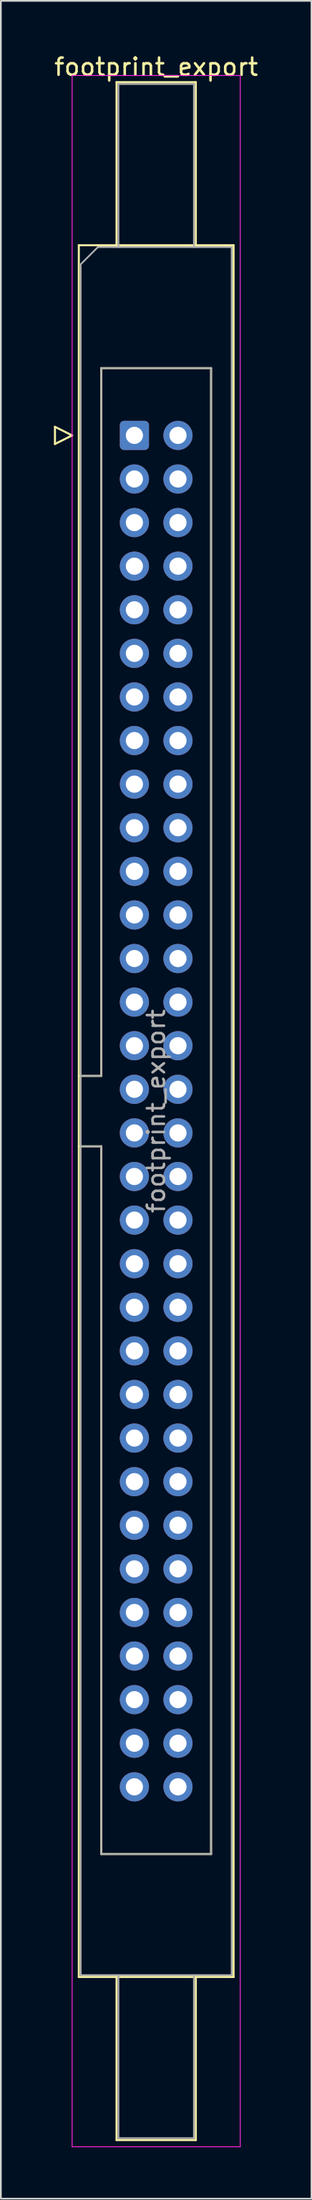
<source format=kicad_pcb>
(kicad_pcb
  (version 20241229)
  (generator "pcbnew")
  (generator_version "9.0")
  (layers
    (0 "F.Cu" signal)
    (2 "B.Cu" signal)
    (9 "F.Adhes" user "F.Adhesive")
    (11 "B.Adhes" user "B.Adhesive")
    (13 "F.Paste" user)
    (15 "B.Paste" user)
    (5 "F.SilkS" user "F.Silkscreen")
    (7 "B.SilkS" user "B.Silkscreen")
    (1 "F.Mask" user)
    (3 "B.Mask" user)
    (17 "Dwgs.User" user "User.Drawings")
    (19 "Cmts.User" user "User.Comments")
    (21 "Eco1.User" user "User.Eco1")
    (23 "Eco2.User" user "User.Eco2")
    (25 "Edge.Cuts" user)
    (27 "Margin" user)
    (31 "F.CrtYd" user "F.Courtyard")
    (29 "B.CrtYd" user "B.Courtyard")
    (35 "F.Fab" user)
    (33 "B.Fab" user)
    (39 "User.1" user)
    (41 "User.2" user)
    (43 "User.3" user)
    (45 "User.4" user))
  (footprint "footprint_export"
    (layer "F.Cu")
    (at 4.784 22.318)
    (property "Reference" "footprint_export" (at 1.27 -21.47 0) (layer "F.SilkS") (effects (font (size 1 1) (thickness 0.15))))
    (attr through_hole)
    (fp_line (start -4.63 -0.5) (end -4.63 0.5) (stroke (width 0.12) (type solid)) (layer "F.SilkS"))
    (fp_line (start -4.63 0.5) (end -3.63 0) (stroke (width 0.12) (type solid)) (layer "F.SilkS"))
    (fp_line (start -3.63 0) (end -4.63 -0.5) (stroke (width 0.12) (type solid)) (layer "F.SilkS"))
    (fp_line (start -3.24 -11.08) (end 5.78 -11.08) (stroke (width 0.12) (type solid)) (layer "F.SilkS"))
    (fp_line (start -3.24 37.32) (end -1.93 37.32) (stroke (width 0.12) (type solid)) (layer "F.SilkS"))
    (fp_line (start -3.24 89.82) (end -3.24 -11.08) (stroke (width 0.12) (type solid)) (layer "F.SilkS"))
    (fp_line (start -1.93 -3.92) (end 4.47 -3.92) (stroke (width 0.12) (type solid)) (layer "F.SilkS"))
    (fp_line (start -1.93 37.32) (end -1.93 -3.92) (stroke (width 0.12) (type solid)) (layer "F.SilkS"))
    (fp_line (start -1.93 41.42) (end -3.24 41.42) (stroke (width 0.12) (type solid)) (layer "F.SilkS"))
    (fp_line (start -1.93 41.42) (end -1.93 41.42) (stroke (width 0.12) (type solid)) (layer "F.SilkS"))
    (fp_line (start -1.93 82.66) (end -1.93 41.42) (stroke (width 0.12) (type solid)) (layer "F.SilkS"))
    (fp_line (start -1.04 -20.58) (end 3.58 -20.58) (stroke (width 0.12) (type solid)) (layer "F.SilkS"))
    (fp_line (start -1.04 -11.08) (end -1.04 -20.58) (stroke (width 0.12) (type solid)) (layer "F.SilkS"))
    (fp_line (start -1.04 89.82) (end -1.04 99.32) (stroke (width 0.12) (type solid)) (layer "F.SilkS"))
    (fp_line (start -1.04 99.32) (end 3.58 99.32) (stroke (width 0.12) (type solid)) (layer "F.SilkS"))
    (fp_line (start 3.58 -20.58) (end 3.58 -11.08) (stroke (width 0.12) (type solid)) (layer "F.SilkS"))
    (fp_line (start 3.58 99.32) (end 3.58 89.82) (stroke (width 0.12) (type solid)) (layer "F.SilkS"))
    (fp_line (start 4.47 -3.92) (end 4.47 82.66) (stroke (width 0.12) (type solid)) (layer "F.SilkS"))
    (fp_line (start 4.47 82.66) (end -1.93 82.66) (stroke (width 0.12) (type solid)) (layer "F.SilkS"))
    (fp_line (start 5.78 -11.08) (end 5.78 89.82) (stroke (width 0.12) (type solid)) (layer "F.SilkS"))
    (fp_line (start 5.78 89.82) (end -3.24 89.82) (stroke (width 0.12) (type solid)) (layer "F.SilkS"))
    (fp_line (start -3.63 -20.97) (end -3.63 99.71) (stroke (width 0.05) (type solid)) (layer "F.CrtYd"))
    (fp_line (start -3.63 99.71) (end 6.17 99.71) (stroke (width 0.05) (type solid)) (layer "F.CrtYd"))
    (fp_line (start 6.17 -20.97) (end -3.63 -20.97) (stroke (width 0.05) (type solid)) (layer "F.CrtYd"))
    (fp_line (start 6.17 99.71) (end 6.17 -20.97) (stroke (width 0.05) (type solid)) (layer "F.CrtYd"))
    (fp_line (start -3.13 -9.97) (end -2.13 -10.97) (stroke (width 0.1) (type solid)) (layer "F.Fab"))
    (fp_line (start -3.13 37.32) (end -1.93 37.32) (stroke (width 0.1) (type solid)) (layer "F.Fab"))
    (fp_line (start -3.13 89.71) (end -3.13 -9.97) (stroke (width 0.1) (type solid)) (layer "F.Fab"))
    (fp_line (start -2.13 -10.97) (end 5.67 -10.97) (stroke (width 0.1) (type solid)) (layer "F.Fab"))
    (fp_line (start -1.93 -3.92) (end 4.47 -3.92) (stroke (width 0.1) (type solid)) (layer "F.Fab"))
    (fp_line (start -1.93 37.32) (end -1.93 -3.92) (stroke (width 0.1) (type solid)) (layer "F.Fab"))
    (fp_line (start -1.93 41.42) (end -3.13 41.42) (stroke (width 0.1) (type solid)) (layer "F.Fab"))
    (fp_line (start -1.93 41.42) (end -1.93 41.42) (stroke (width 0.1) (type solid)) (layer "F.Fab"))
    (fp_line (start -1.93 82.66) (end -1.93 41.42) (stroke (width 0.1) (type solid)) (layer "F.Fab"))
    (fp_line (start -0.93 -20.47) (end 3.47 -20.47) (stroke (width 0.1) (type solid)) (layer "F.Fab"))
    (fp_line (start -0.93 -10.97) (end -0.93 -20.47) (stroke (width 0.1) (type solid)) (layer "F.Fab"))
    (fp_line (start -0.93 89.71) (end -0.93 99.21) (stroke (width 0.1) (type solid)) (layer "F.Fab"))
    (fp_line (start -0.93 99.21) (end 3.47 99.21) (stroke (width 0.1) (type solid)) (layer "F.Fab"))
    (fp_line (start 3.47 -20.47) (end 3.47 -10.97) (stroke (width 0.1) (type solid)) (layer "F.Fab"))
    (fp_line (start 3.47 99.21) (end 3.47 89.71) (stroke (width 0.1) (type solid)) (layer "F.Fab"))
    (fp_line (start 4.47 -3.92) (end 4.47 82.66) (stroke (width 0.1) (type solid)) (layer "F.Fab"))
    (fp_line (start 4.47 82.66) (end -1.93 82.66) (stroke (width 0.1) (type solid)) (layer "F.Fab"))
    (fp_line (start 5.67 -10.97) (end 5.67 89.71) (stroke (width 0.1) (type solid)) (layer "F.Fab"))
    (fp_line (start 5.67 89.71) (end -3.13 89.71) (stroke (width 0.1) (type solid)) (layer "F.Fab"))
    (fp_text user "${REFERENCE}" (at 1.27 39.37 90) (layer "F.Fab") (effects (font (size 1 1) (thickness 0.15))))
    (pad "1" thru_hole roundrect (at 0 0) (size 1.7 1.7) (drill 1) (layers "*.Cu" "*.Mask") (roundrect_rratio 0.147))
    (pad "2" thru_hole circle (at 2.54 0) (size 1.7 1.7) (drill 1) (layers "*.Cu" "*.Mask"))
    (pad "3" thru_hole circle (at 0 2.54) (size 1.7 1.7) (drill 1) (layers "*.Cu" "*.Mask"))
    (pad "4" thru_hole circle (at 2.54 2.54) (size 1.7 1.7) (drill 1) (layers "*.Cu" "*.Mask"))
    (pad "5" thru_hole circle (at 0 5.08) (size 1.7 1.7) (drill 1) (layers "*.Cu" "*.Mask"))
    (pad "6" thru_hole circle (at 2.54 5.08) (size 1.7 1.7) (drill 1) (layers "*.Cu" "*.Mask"))
    (pad "7" thru_hole circle (at 0 7.62) (size 1.7 1.7) (drill 1) (layers "*.Cu" "*.Mask"))
    (pad "8" thru_hole circle (at 2.54 7.62) (size 1.7 1.7) (drill 1) (layers "*.Cu" "*.Mask"))
    (pad "9" thru_hole circle (at 0 10.16) (size 1.7 1.7) (drill 1) (layers "*.Cu" "*.Mask"))
    (pad "10" thru_hole circle (at 2.54 10.16) (size 1.7 1.7) (drill 1) (layers "*.Cu" "*.Mask"))
    (pad "11" thru_hole circle (at 0 12.7) (size 1.7 1.7) (drill 1) (layers "*.Cu" "*.Mask"))
    (pad "12" thru_hole circle (at 2.54 12.7) (size 1.7 1.7) (drill 1) (layers "*.Cu" "*.Mask"))
    (pad "13" thru_hole circle (at 0 15.24) (size 1.7 1.7) (drill 1) (layers "*.Cu" "*.Mask"))
    (pad "14" thru_hole circle (at 2.54 15.24) (size 1.7 1.7) (drill 1) (layers "*.Cu" "*.Mask"))
    (pad "15" thru_hole circle (at 0 17.78) (size 1.7 1.7) (drill 1) (layers "*.Cu" "*.Mask"))
    (pad "16" thru_hole circle (at 2.54 17.78) (size 1.7 1.7) (drill 1) (layers "*.Cu" "*.Mask"))
    (pad "17" thru_hole circle (at 0 20.32) (size 1.7 1.7) (drill 1) (layers "*.Cu" "*.Mask"))
    (pad "18" thru_hole circle (at 2.54 20.32) (size 1.7 1.7) (drill 1) (layers "*.Cu" "*.Mask"))
    (pad "19" thru_hole circle (at 0 22.86) (size 1.7 1.7) (drill 1) (layers "*.Cu" "*.Mask"))
    (pad "20" thru_hole circle (at 2.54 22.86) (size 1.7 1.7) (drill 1) (layers "*.Cu" "*.Mask"))
    (pad "21" thru_hole circle (at 0 25.4) (size 1.7 1.7) (drill 1) (layers "*.Cu" "*.Mask"))
    (pad "22" thru_hole circle (at 2.54 25.4) (size 1.7 1.7) (drill 1) (layers "*.Cu" "*.Mask"))
    (pad "23" thru_hole circle (at 0 27.94) (size 1.7 1.7) (drill 1) (layers "*.Cu" "*.Mask"))
    (pad "24" thru_hole circle (at 2.54 27.94) (size 1.7 1.7) (drill 1) (layers "*.Cu" "*.Mask"))
    (pad "25" thru_hole circle (at 0 30.48) (size 1.7 1.7) (drill 1) (layers "*.Cu" "*.Mask"))
    (pad "26" thru_hole circle (at 2.54 30.48) (size 1.7 1.7) (drill 1) (layers "*.Cu" "*.Mask"))
    (pad "27" thru_hole circle (at 0 33.02) (size 1.7 1.7) (drill 1) (layers "*.Cu" "*.Mask"))
    (pad "28" thru_hole circle (at 2.54 33.02) (size 1.7 1.7) (drill 1) (layers "*.Cu" "*.Mask"))
    (pad "29" thru_hole circle (at 0 35.56) (size 1.7 1.7) (drill 1) (layers "*.Cu" "*.Mask"))
    (pad "30" thru_hole circle (at 2.54 35.56) (size 1.7 1.7) (drill 1) (layers "*.Cu" "*.Mask"))
    (pad "31" thru_hole circle (at 0 38.1) (size 1.7 1.7) (drill 1) (layers "*.Cu" "*.Mask"))
    (pad "32" thru_hole circle (at 2.54 38.1) (size 1.7 1.7) (drill 1) (layers "*.Cu" "*.Mask"))
    (pad "33" thru_hole circle (at 0 40.64) (size 1.7 1.7) (drill 1) (layers "*.Cu" "*.Mask"))
    (pad "34" thru_hole circle (at 2.54 40.64) (size 1.7 1.7) (drill 1) (layers "*.Cu" "*.Mask"))
    (pad "35" thru_hole circle (at 0 43.18) (size 1.7 1.7) (drill 1) (layers "*.Cu" "*.Mask"))
    (pad "36" thru_hole circle (at 2.54 43.18) (size 1.7 1.7) (drill 1) (layers "*.Cu" "*.Mask"))
    (pad "37" thru_hole circle (at 0 45.72) (size 1.7 1.7) (drill 1) (layers "*.Cu" "*.Mask"))
    (pad "38" thru_hole circle (at 2.54 45.72) (size 1.7 1.7) (drill 1) (layers "*.Cu" "*.Mask"))
    (pad "39" thru_hole circle (at 0 48.26) (size 1.7 1.7) (drill 1) (layers "*.Cu" "*.Mask"))
    (pad "40" thru_hole circle (at 2.54 48.26) (size 1.7 1.7) (drill 1) (layers "*.Cu" "*.Mask"))
    (pad "41" thru_hole circle (at 0 50.8) (size 1.7 1.7) (drill 1) (layers "*.Cu" "*.Mask"))
    (pad "42" thru_hole circle (at 2.54 50.8) (size 1.7 1.7) (drill 1) (layers "*.Cu" "*.Mask"))
    (pad "43" thru_hole circle (at 0 53.34) (size 1.7 1.7) (drill 1) (layers "*.Cu" "*.Mask"))
    (pad "44" thru_hole circle (at 2.54 53.34) (size 1.7 1.7) (drill 1) (layers "*.Cu" "*.Mask"))
    (pad "45" thru_hole circle (at 0 55.88) (size 1.7 1.7) (drill 1) (layers "*.Cu" "*.Mask"))
    (pad "46" thru_hole circle (at 2.54 55.88) (size 1.7 1.7) (drill 1) (layers "*.Cu" "*.Mask"))
    (pad "47" thru_hole circle (at 0 58.42) (size 1.7 1.7) (drill 1) (layers "*.Cu" "*.Mask"))
    (pad "48" thru_hole circle (at 2.54 58.42) (size 1.7 1.7) (drill 1) (layers "*.Cu" "*.Mask"))
    (pad "49" thru_hole circle (at 0 60.96) (size 1.7 1.7) (drill 1) (layers "*.Cu" "*.Mask"))
    (pad "50" thru_hole circle (at 2.54 60.96) (size 1.7 1.7) (drill 1) (layers "*.Cu" "*.Mask"))
    (pad "51" thru_hole circle (at 0 63.5) (size 1.7 1.7) (drill 1) (layers "*.Cu" "*.Mask"))
    (pad "52" thru_hole circle (at 2.54 63.5) (size 1.7 1.7) (drill 1) (layers "*.Cu" "*.Mask"))
    (pad "53" thru_hole circle (at 0 66.04) (size 1.7 1.7) (drill 1) (layers "*.Cu" "*.Mask"))
    (pad "54" thru_hole circle (at 2.54 66.04) (size 1.7 1.7) (drill 1) (layers "*.Cu" "*.Mask"))
    (pad "55" thru_hole circle (at 0 68.58) (size 1.7 1.7) (drill 1) (layers "*.Cu" "*.Mask"))
    (pad "56" thru_hole circle (at 2.54 68.58) (size 1.7 1.7) (drill 1) (layers "*.Cu" "*.Mask"))
    (pad "57" thru_hole circle (at 0 71.12) (size 1.7 1.7) (drill 1) (layers "*.Cu" "*.Mask"))
    (pad "58" thru_hole circle (at 2.54 71.12) (size 1.7 1.7) (drill 1) (layers "*.Cu" "*.Mask"))
    (pad "59" thru_hole circle (at 0 73.66) (size 1.7 1.7) (drill 1) (layers "*.Cu" "*.Mask"))
    (pad "60" thru_hole circle (at 2.54 73.66) (size 1.7 1.7) (drill 1) (layers "*.Cu" "*.Mask"))
    (pad "61" thru_hole circle (at 0 76.2) (size 1.7 1.7) (drill 1) (layers "*.Cu" "*.Mask"))
    (pad "62" thru_hole circle (at 2.54 76.2) (size 1.7 1.7) (drill 1) (layers "*.Cu" "*.Mask"))
    (pad "63" thru_hole circle (at 0 78.74) (size 1.7 1.7) (drill 1) (layers "*.Cu" "*.Mask"))
    (pad "64" thru_hole circle (at 2.54 78.74) (size 1.7 1.7) (drill 1) (layers "*.Cu" "*.Mask")))
  (gr_rect
    (start -3 -3)
    (end 15.107 125.053)
    (stroke (width 0.1) (type default))
    (fill no)
    (layer "Edge.Cuts")))
</source>
